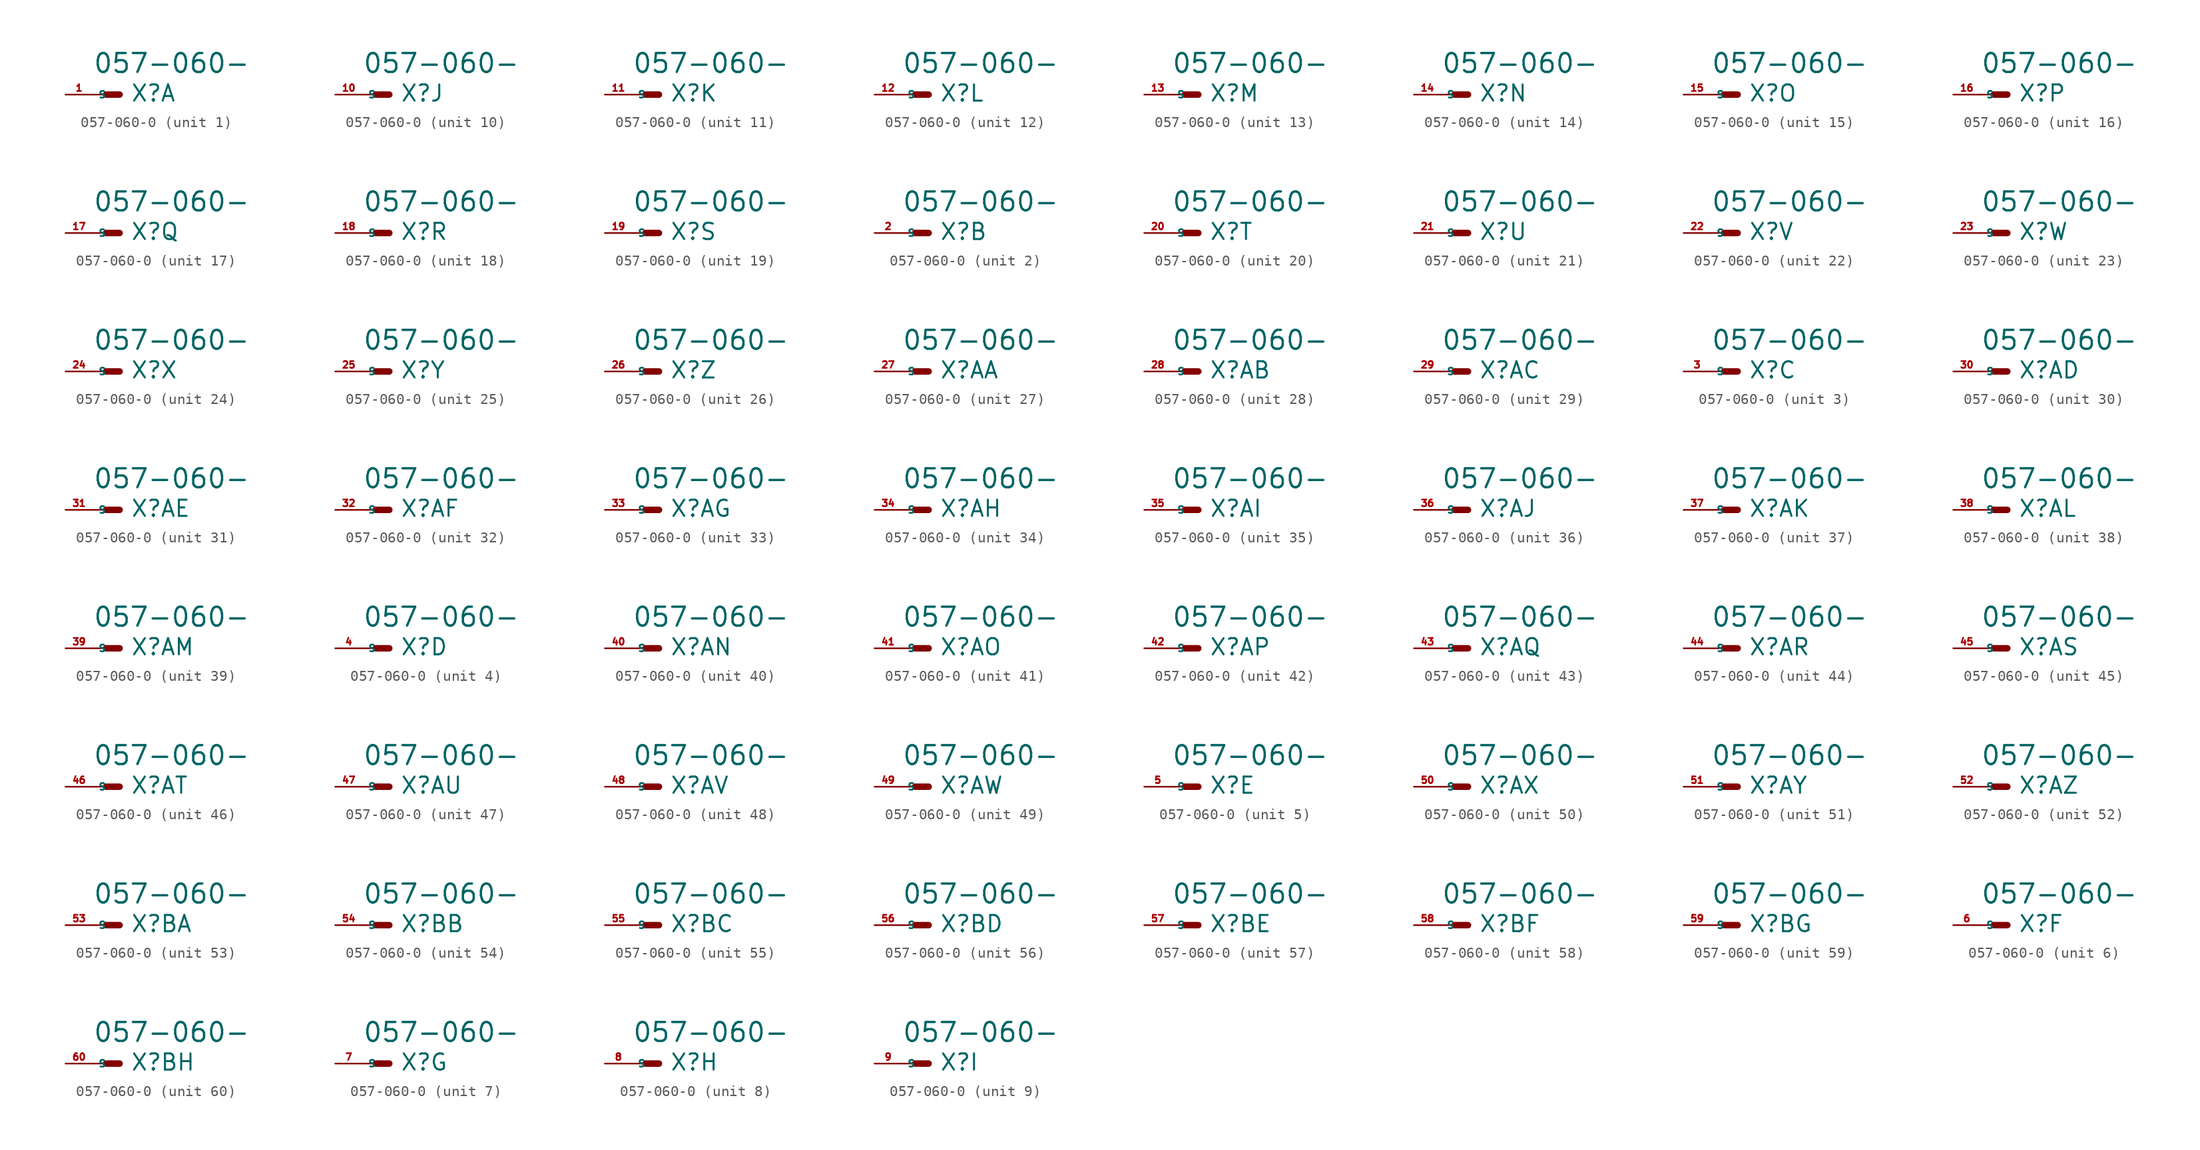
<source format=kicad_sym>
(kicad_symbol_lib
  (version 20220914)
  (generator Eagle2Kicad)
  (symbol "057-060-0"
    (property "Reference" "X"
      (at 1.016 -0.762 0)
      (effects (font (size 1.524 1.524) (thickness 0.19)) (justify left bottom)))
    (property "Value" "057-060-"
      (at -2.54 1.905 0)
      (effects (font (size 1.778 1.778) (thickness 0.22)) (justify left bottom)))
    (symbol "057-060-0_1_0"
      (polyline (pts (xy 0 0) (xy -1.27 0)) (stroke (width 0.61) (type default)) (fill (type none)))
      (polyline (pts (xy -2.54 0) (xy -1.27 0)) (stroke (width 0.152) (type default)) (fill (type none)))
      (pin passive line (at -5.08 0 0) (length 2.54) (name "S" (effects (font (size 0.635 0.635) (thickness 0.08)) (justify left bottom))) (number "1" (effects (font (size 0.635 0.635) (thickness 0.08)) (justify left bottom)))))
    (symbol "057-060-0_2_0"
      (polyline (pts (xy 0 0) (xy -1.27 0)) (stroke (width 0.61) (type default)) (fill (type none)))
      (polyline (pts (xy -2.54 0) (xy -1.27 0)) (stroke (width 0.152) (type default)) (fill (type none)))
      (pin passive line (at -5.08 0 0) (length 2.54) (name "S" (effects (font (size 0.635 0.635) (thickness 0.08)) (justify left bottom))) (number "2" (effects (font (size 0.635 0.635) (thickness 0.08)) (justify left bottom)))))
    (symbol "057-060-0_3_0"
      (polyline (pts (xy 0 0) (xy -1.27 0)) (stroke (width 0.61) (type default)) (fill (type none)))
      (polyline (pts (xy -2.54 0) (xy -1.27 0)) (stroke (width 0.152) (type default)) (fill (type none)))
      (pin passive line (at -5.08 0 0) (length 2.54) (name "S" (effects (font (size 0.635 0.635) (thickness 0.08)) (justify left bottom))) (number "3" (effects (font (size 0.635 0.635) (thickness 0.08)) (justify left bottom)))))
    (symbol "057-060-0_4_0"
      (polyline (pts (xy 0 0) (xy -1.27 0)) (stroke (width 0.61) (type default)) (fill (type none)))
      (polyline (pts (xy -2.54 0) (xy -1.27 0)) (stroke (width 0.152) (type default)) (fill (type none)))
      (pin passive line (at -5.08 0 0) (length 2.54) (name "S" (effects (font (size 0.635 0.635) (thickness 0.08)) (justify left bottom))) (number "4" (effects (font (size 0.635 0.635) (thickness 0.08)) (justify left bottom)))))
    (symbol "057-060-0_5_0"
      (polyline (pts (xy 0 0) (xy -1.27 0)) (stroke (width 0.61) (type default)) (fill (type none)))
      (polyline (pts (xy -2.54 0) (xy -1.27 0)) (stroke (width 0.152) (type default)) (fill (type none)))
      (pin passive line (at -5.08 0 0) (length 2.54) (name "S" (effects (font (size 0.635 0.635) (thickness 0.08)) (justify left bottom))) (number "5" (effects (font (size 0.635 0.635) (thickness 0.08)) (justify left bottom)))))
    (symbol "057-060-0_6_0"
      (polyline (pts (xy 0 0) (xy -1.27 0)) (stroke (width 0.61) (type default)) (fill (type none)))
      (polyline (pts (xy -2.54 0) (xy -1.27 0)) (stroke (width 0.152) (type default)) (fill (type none)))
      (pin passive line (at -5.08 0 0) (length 2.54) (name "S" (effects (font (size 0.635 0.635) (thickness 0.08)) (justify left bottom))) (number "6" (effects (font (size 0.635 0.635) (thickness 0.08)) (justify left bottom)))))
    (symbol "057-060-0_7_0"
      (polyline (pts (xy 0 0) (xy -1.27 0)) (stroke (width 0.61) (type default)) (fill (type none)))
      (polyline (pts (xy -2.54 0) (xy -1.27 0)) (stroke (width 0.152) (type default)) (fill (type none)))
      (pin passive line (at -5.08 0 0) (length 2.54) (name "S" (effects (font (size 0.635 0.635) (thickness 0.08)) (justify left bottom))) (number "7" (effects (font (size 0.635 0.635) (thickness 0.08)) (justify left bottom)))))
    (symbol "057-060-0_8_0"
      (polyline (pts (xy 0 0) (xy -1.27 0)) (stroke (width 0.61) (type default)) (fill (type none)))
      (polyline (pts (xy -2.54 0) (xy -1.27 0)) (stroke (width 0.152) (type default)) (fill (type none)))
      (pin passive line (at -5.08 0 0) (length 2.54) (name "S" (effects (font (size 0.635 0.635) (thickness 0.08)) (justify left bottom))) (number "8" (effects (font (size 0.635 0.635) (thickness 0.08)) (justify left bottom)))))
    (symbol "057-060-0_9_0"
      (polyline (pts (xy 0 0) (xy -1.27 0)) (stroke (width 0.61) (type default)) (fill (type none)))
      (polyline (pts (xy -2.54 0) (xy -1.27 0)) (stroke (width 0.152) (type default)) (fill (type none)))
      (pin passive line (at -5.08 0 0) (length 2.54) (name "S" (effects (font (size 0.635 0.635) (thickness 0.08)) (justify left bottom))) (number "9" (effects (font (size 0.635 0.635) (thickness 0.08)) (justify left bottom)))))
    (symbol "057-060-0_10_0"
      (polyline (pts (xy 0 0) (xy -1.27 0)) (stroke (width 0.61) (type default)) (fill (type none)))
      (polyline (pts (xy -2.54 0) (xy -1.27 0)) (stroke (width 0.152) (type default)) (fill (type none)))
      (pin passive line (at -5.08 0 0) (length 2.54) (name "S" (effects (font (size 0.635 0.635) (thickness 0.08)) (justify left bottom))) (number "10" (effects (font (size 0.635 0.635) (thickness 0.08)) (justify left bottom)))))
    (symbol "057-060-0_11_0"
      (polyline (pts (xy 0 0) (xy -1.27 0)) (stroke (width 0.61) (type default)) (fill (type none)))
      (polyline (pts (xy -2.54 0) (xy -1.27 0)) (stroke (width 0.152) (type default)) (fill (type none)))
      (pin passive line (at -5.08 0 0) (length 2.54) (name "S" (effects (font (size 0.635 0.635) (thickness 0.08)) (justify left bottom))) (number "11" (effects (font (size 0.635 0.635) (thickness 0.08)) (justify left bottom)))))
    (symbol "057-060-0_12_0"
      (polyline (pts (xy 0 0) (xy -1.27 0)) (stroke (width 0.61) (type default)) (fill (type none)))
      (polyline (pts (xy -2.54 0) (xy -1.27 0)) (stroke (width 0.152) (type default)) (fill (type none)))
      (pin passive line (at -5.08 0 0) (length 2.54) (name "S" (effects (font (size 0.635 0.635) (thickness 0.08)) (justify left bottom))) (number "12" (effects (font (size 0.635 0.635) (thickness 0.08)) (justify left bottom)))))
    (symbol "057-060-0_13_0"
      (polyline (pts (xy 0 0) (xy -1.27 0)) (stroke (width 0.61) (type default)) (fill (type none)))
      (polyline (pts (xy -2.54 0) (xy -1.27 0)) (stroke (width 0.152) (type default)) (fill (type none)))
      (pin passive line (at -5.08 0 0) (length 2.54) (name "S" (effects (font (size 0.635 0.635) (thickness 0.08)) (justify left bottom))) (number "13" (effects (font (size 0.635 0.635) (thickness 0.08)) (justify left bottom)))))
    (symbol "057-060-0_14_0"
      (polyline (pts (xy 0 0) (xy -1.27 0)) (stroke (width 0.61) (type default)) (fill (type none)))
      (polyline (pts (xy -2.54 0) (xy -1.27 0)) (stroke (width 0.152) (type default)) (fill (type none)))
      (pin passive line (at -5.08 0 0) (length 2.54) (name "S" (effects (font (size 0.635 0.635) (thickness 0.08)) (justify left bottom))) (number "14" (effects (font (size 0.635 0.635) (thickness 0.08)) (justify left bottom)))))
    (symbol "057-060-0_15_0"
      (polyline (pts (xy 0 0) (xy -1.27 0)) (stroke (width 0.61) (type default)) (fill (type none)))
      (polyline (pts (xy -2.54 0) (xy -1.27 0)) (stroke (width 0.152) (type default)) (fill (type none)))
      (pin passive line (at -5.08 0 0) (length 2.54) (name "S" (effects (font (size 0.635 0.635) (thickness 0.08)) (justify left bottom))) (number "15" (effects (font (size 0.635 0.635) (thickness 0.08)) (justify left bottom)))))
    (symbol "057-060-0_16_0"
      (polyline (pts (xy 0 0) (xy -1.27 0)) (stroke (width 0.61) (type default)) (fill (type none)))
      (polyline (pts (xy -2.54 0) (xy -1.27 0)) (stroke (width 0.152) (type default)) (fill (type none)))
      (pin passive line (at -5.08 0 0) (length 2.54) (name "S" (effects (font (size 0.635 0.635) (thickness 0.08)) (justify left bottom))) (number "16" (effects (font (size 0.635 0.635) (thickness 0.08)) (justify left bottom)))))
    (symbol "057-060-0_17_0"
      (polyline (pts (xy 0 0) (xy -1.27 0)) (stroke (width 0.61) (type default)) (fill (type none)))
      (polyline (pts (xy -2.54 0) (xy -1.27 0)) (stroke (width 0.152) (type default)) (fill (type none)))
      (pin passive line (at -5.08 0 0) (length 2.54) (name "S" (effects (font (size 0.635 0.635) (thickness 0.08)) (justify left bottom))) (number "17" (effects (font (size 0.635 0.635) (thickness 0.08)) (justify left bottom)))))
    (symbol "057-060-0_18_0"
      (polyline (pts (xy 0 0) (xy -1.27 0)) (stroke (width 0.61) (type default)) (fill (type none)))
      (polyline (pts (xy -2.54 0) (xy -1.27 0)) (stroke (width 0.152) (type default)) (fill (type none)))
      (pin passive line (at -5.08 0 0) (length 2.54) (name "S" (effects (font (size 0.635 0.635) (thickness 0.08)) (justify left bottom))) (number "18" (effects (font (size 0.635 0.635) (thickness 0.08)) (justify left bottom)))))
    (symbol "057-060-0_19_0"
      (polyline (pts (xy 0 0) (xy -1.27 0)) (stroke (width 0.61) (type default)) (fill (type none)))
      (polyline (pts (xy -2.54 0) (xy -1.27 0)) (stroke (width 0.152) (type default)) (fill (type none)))
      (pin passive line (at -5.08 0 0) (length 2.54) (name "S" (effects (font (size 0.635 0.635) (thickness 0.08)) (justify left bottom))) (number "19" (effects (font (size 0.635 0.635) (thickness 0.08)) (justify left bottom)))))
    (symbol "057-060-0_20_0"
      (polyline (pts (xy 0 0) (xy -1.27 0)) (stroke (width 0.61) (type default)) (fill (type none)))
      (polyline (pts (xy -2.54 0) (xy -1.27 0)) (stroke (width 0.152) (type default)) (fill (type none)))
      (pin passive line (at -5.08 0 0) (length 2.54) (name "S" (effects (font (size 0.635 0.635) (thickness 0.08)) (justify left bottom))) (number "20" (effects (font (size 0.635 0.635) (thickness 0.08)) (justify left bottom)))))
    (symbol "057-060-0_21_0"
      (polyline (pts (xy 0 0) (xy -1.27 0)) (stroke (width 0.61) (type default)) (fill (type none)))
      (polyline (pts (xy -2.54 0) (xy -1.27 0)) (stroke (width 0.152) (type default)) (fill (type none)))
      (pin passive line (at -5.08 0 0) (length 2.54) (name "S" (effects (font (size 0.635 0.635) (thickness 0.08)) (justify left bottom))) (number "21" (effects (font (size 0.635 0.635) (thickness 0.08)) (justify left bottom)))))
    (symbol "057-060-0_22_0"
      (polyline (pts (xy 0 0) (xy -1.27 0)) (stroke (width 0.61) (type default)) (fill (type none)))
      (polyline (pts (xy -2.54 0) (xy -1.27 0)) (stroke (width 0.152) (type default)) (fill (type none)))
      (pin passive line (at -5.08 0 0) (length 2.54) (name "S" (effects (font (size 0.635 0.635) (thickness 0.08)) (justify left bottom))) (number "22" (effects (font (size 0.635 0.635) (thickness 0.08)) (justify left bottom)))))
    (symbol "057-060-0_23_0"
      (polyline (pts (xy 0 0) (xy -1.27 0)) (stroke (width 0.61) (type default)) (fill (type none)))
      (polyline (pts (xy -2.54 0) (xy -1.27 0)) (stroke (width 0.152) (type default)) (fill (type none)))
      (pin passive line (at -5.08 0 0) (length 2.54) (name "S" (effects (font (size 0.635 0.635) (thickness 0.08)) (justify left bottom))) (number "23" (effects (font (size 0.635 0.635) (thickness 0.08)) (justify left bottom)))))
    (symbol "057-060-0_24_0"
      (polyline (pts (xy 0 0) (xy -1.27 0)) (stroke (width 0.61) (type default)) (fill (type none)))
      (polyline (pts (xy -2.54 0) (xy -1.27 0)) (stroke (width 0.152) (type default)) (fill (type none)))
      (pin passive line (at -5.08 0 0) (length 2.54) (name "S" (effects (font (size 0.635 0.635) (thickness 0.08)) (justify left bottom))) (number "24" (effects (font (size 0.635 0.635) (thickness 0.08)) (justify left bottom)))))
    (symbol "057-060-0_25_0"
      (polyline (pts (xy 0 0) (xy -1.27 0)) (stroke (width 0.61) (type default)) (fill (type none)))
      (polyline (pts (xy -2.54 0) (xy -1.27 0)) (stroke (width 0.152) (type default)) (fill (type none)))
      (pin passive line (at -5.08 0 0) (length 2.54) (name "S" (effects (font (size 0.635 0.635) (thickness 0.08)) (justify left bottom))) (number "25" (effects (font (size 0.635 0.635) (thickness 0.08)) (justify left bottom)))))
    (symbol "057-060-0_26_0"
      (polyline (pts (xy 0 0) (xy -1.27 0)) (stroke (width 0.61) (type default)) (fill (type none)))
      (polyline (pts (xy -2.54 0) (xy -1.27 0)) (stroke (width 0.152) (type default)) (fill (type none)))
      (pin passive line (at -5.08 0 0) (length 2.54) (name "S" (effects (font (size 0.635 0.635) (thickness 0.08)) (justify left bottom))) (number "26" (effects (font (size 0.635 0.635) (thickness 0.08)) (justify left bottom)))))
    (symbol "057-060-0_27_0"
      (polyline (pts (xy 0 0) (xy -1.27 0)) (stroke (width 0.61) (type default)) (fill (type none)))
      (polyline (pts (xy -2.54 0) (xy -1.27 0)) (stroke (width 0.152) (type default)) (fill (type none)))
      (pin passive line (at -5.08 0 0) (length 2.54) (name "S" (effects (font (size 0.635 0.635) (thickness 0.08)) (justify left bottom))) (number "27" (effects (font (size 0.635 0.635) (thickness 0.08)) (justify left bottom)))))
    (symbol "057-060-0_28_0"
      (polyline (pts (xy 0 0) (xy -1.27 0)) (stroke (width 0.61) (type default)) (fill (type none)))
      (polyline (pts (xy -2.54 0) (xy -1.27 0)) (stroke (width 0.152) (type default)) (fill (type none)))
      (pin passive line (at -5.08 0 0) (length 2.54) (name "S" (effects (font (size 0.635 0.635) (thickness 0.08)) (justify left bottom))) (number "28" (effects (font (size 0.635 0.635) (thickness 0.08)) (justify left bottom)))))
    (symbol "057-060-0_29_0"
      (polyline (pts (xy 0 0) (xy -1.27 0)) (stroke (width 0.61) (type default)) (fill (type none)))
      (polyline (pts (xy -2.54 0) (xy -1.27 0)) (stroke (width 0.152) (type default)) (fill (type none)))
      (pin passive line (at -5.08 0 0) (length 2.54) (name "S" (effects (font (size 0.635 0.635) (thickness 0.08)) (justify left bottom))) (number "29" (effects (font (size 0.635 0.635) (thickness 0.08)) (justify left bottom)))))
    (symbol "057-060-0_30_0"
      (polyline (pts (xy 0 0) (xy -1.27 0)) (stroke (width 0.61) (type default)) (fill (type none)))
      (polyline (pts (xy -2.54 0) (xy -1.27 0)) (stroke (width 0.152) (type default)) (fill (type none)))
      (pin passive line (at -5.08 0 0) (length 2.54) (name "S" (effects (font (size 0.635 0.635) (thickness 0.08)) (justify left bottom))) (number "30" (effects (font (size 0.635 0.635) (thickness 0.08)) (justify left bottom)))))
    (symbol "057-060-0_31_0"
      (polyline (pts (xy 0 0) (xy -1.27 0)) (stroke (width 0.61) (type default)) (fill (type none)))
      (polyline (pts (xy -2.54 0) (xy -1.27 0)) (stroke (width 0.152) (type default)) (fill (type none)))
      (pin passive line (at -5.08 0 0) (length 2.54) (name "S" (effects (font (size 0.635 0.635) (thickness 0.08)) (justify left bottom))) (number "31" (effects (font (size 0.635 0.635) (thickness 0.08)) (justify left bottom)))))
    (symbol "057-060-0_32_0"
      (polyline (pts (xy 0 0) (xy -1.27 0)) (stroke (width 0.61) (type default)) (fill (type none)))
      (polyline (pts (xy -2.54 0) (xy -1.27 0)) (stroke (width 0.152) (type default)) (fill (type none)))
      (pin passive line (at -5.08 0 0) (length 2.54) (name "S" (effects (font (size 0.635 0.635) (thickness 0.08)) (justify left bottom))) (number "32" (effects (font (size 0.635 0.635) (thickness 0.08)) (justify left bottom)))))
    (symbol "057-060-0_33_0"
      (polyline (pts (xy 0 0) (xy -1.27 0)) (stroke (width 0.61) (type default)) (fill (type none)))
      (polyline (pts (xy -2.54 0) (xy -1.27 0)) (stroke (width 0.152) (type default)) (fill (type none)))
      (pin passive line (at -5.08 0 0) (length 2.54) (name "S" (effects (font (size 0.635 0.635) (thickness 0.08)) (justify left bottom))) (number "33" (effects (font (size 0.635 0.635) (thickness 0.08)) (justify left bottom)))))
    (symbol "057-060-0_34_0"
      (polyline (pts (xy 0 0) (xy -1.27 0)) (stroke (width 0.61) (type default)) (fill (type none)))
      (polyline (pts (xy -2.54 0) (xy -1.27 0)) (stroke (width 0.152) (type default)) (fill (type none)))
      (pin passive line (at -5.08 0 0) (length 2.54) (name "S" (effects (font (size 0.635 0.635) (thickness 0.08)) (justify left bottom))) (number "34" (effects (font (size 0.635 0.635) (thickness 0.08)) (justify left bottom)))))
    (symbol "057-060-0_35_0"
      (polyline (pts (xy 0 0) (xy -1.27 0)) (stroke (width 0.61) (type default)) (fill (type none)))
      (polyline (pts (xy -2.54 0) (xy -1.27 0)) (stroke (width 0.152) (type default)) (fill (type none)))
      (pin passive line (at -5.08 0 0) (length 2.54) (name "S" (effects (font (size 0.635 0.635) (thickness 0.08)) (justify left bottom))) (number "35" (effects (font (size 0.635 0.635) (thickness 0.08)) (justify left bottom)))))
    (symbol "057-060-0_36_0"
      (polyline (pts (xy 0 0) (xy -1.27 0)) (stroke (width 0.61) (type default)) (fill (type none)))
      (polyline (pts (xy -2.54 0) (xy -1.27 0)) (stroke (width 0.152) (type default)) (fill (type none)))
      (pin passive line (at -5.08 0 0) (length 2.54) (name "S" (effects (font (size 0.635 0.635) (thickness 0.08)) (justify left bottom))) (number "36" (effects (font (size 0.635 0.635) (thickness 0.08)) (justify left bottom)))))
    (symbol "057-060-0_37_0"
      (polyline (pts (xy 0 0) (xy -1.27 0)) (stroke (width 0.61) (type default)) (fill (type none)))
      (polyline (pts (xy -2.54 0) (xy -1.27 0)) (stroke (width 0.152) (type default)) (fill (type none)))
      (pin passive line (at -5.08 0 0) (length 2.54) (name "S" (effects (font (size 0.635 0.635) (thickness 0.08)) (justify left bottom))) (number "37" (effects (font (size 0.635 0.635) (thickness 0.08)) (justify left bottom)))))
    (symbol "057-060-0_38_0"
      (polyline (pts (xy 0 0) (xy -1.27 0)) (stroke (width 0.61) (type default)) (fill (type none)))
      (polyline (pts (xy -2.54 0) (xy -1.27 0)) (stroke (width 0.152) (type default)) (fill (type none)))
      (pin passive line (at -5.08 0 0) (length 2.54) (name "S" (effects (font (size 0.635 0.635) (thickness 0.08)) (justify left bottom))) (number "38" (effects (font (size 0.635 0.635) (thickness 0.08)) (justify left bottom)))))
    (symbol "057-060-0_39_0"
      (polyline (pts (xy 0 0) (xy -1.27 0)) (stroke (width 0.61) (type default)) (fill (type none)))
      (polyline (pts (xy -2.54 0) (xy -1.27 0)) (stroke (width 0.152) (type default)) (fill (type none)))
      (pin passive line (at -5.08 0 0) (length 2.54) (name "S" (effects (font (size 0.635 0.635) (thickness 0.08)) (justify left bottom))) (number "39" (effects (font (size 0.635 0.635) (thickness 0.08)) (justify left bottom)))))
    (symbol "057-060-0_40_0"
      (polyline (pts (xy 0 0) (xy -1.27 0)) (stroke (width 0.61) (type default)) (fill (type none)))
      (polyline (pts (xy -2.54 0) (xy -1.27 0)) (stroke (width 0.152) (type default)) (fill (type none)))
      (pin passive line (at -5.08 0 0) (length 2.54) (name "S" (effects (font (size 0.635 0.635) (thickness 0.08)) (justify left bottom))) (number "40" (effects (font (size 0.635 0.635) (thickness 0.08)) (justify left bottom)))))
    (symbol "057-060-0_41_0"
      (polyline (pts (xy 0 0) (xy -1.27 0)) (stroke (width 0.61) (type default)) (fill (type none)))
      (polyline (pts (xy -2.54 0) (xy -1.27 0)) (stroke (width 0.152) (type default)) (fill (type none)))
      (pin passive line (at -5.08 0 0) (length 2.54) (name "S" (effects (font (size 0.635 0.635) (thickness 0.08)) (justify left bottom))) (number "41" (effects (font (size 0.635 0.635) (thickness 0.08)) (justify left bottom)))))
    (symbol "057-060-0_42_0"
      (polyline (pts (xy 0 0) (xy -1.27 0)) (stroke (width 0.61) (type default)) (fill (type none)))
      (polyline (pts (xy -2.54 0) (xy -1.27 0)) (stroke (width 0.152) (type default)) (fill (type none)))
      (pin passive line (at -5.08 0 0) (length 2.54) (name "S" (effects (font (size 0.635 0.635) (thickness 0.08)) (justify left bottom))) (number "42" (effects (font (size 0.635 0.635) (thickness 0.08)) (justify left bottom)))))
    (symbol "057-060-0_43_0"
      (polyline (pts (xy 0 0) (xy -1.27 0)) (stroke (width 0.61) (type default)) (fill (type none)))
      (polyline (pts (xy -2.54 0) (xy -1.27 0)) (stroke (width 0.152) (type default)) (fill (type none)))
      (pin passive line (at -5.08 0 0) (length 2.54) (name "S" (effects (font (size 0.635 0.635) (thickness 0.08)) (justify left bottom))) (number "43" (effects (font (size 0.635 0.635) (thickness 0.08)) (justify left bottom)))))
    (symbol "057-060-0_44_0"
      (polyline (pts (xy 0 0) (xy -1.27 0)) (stroke (width 0.61) (type default)) (fill (type none)))
      (polyline (pts (xy -2.54 0) (xy -1.27 0)) (stroke (width 0.152) (type default)) (fill (type none)))
      (pin passive line (at -5.08 0 0) (length 2.54) (name "S" (effects (font (size 0.635 0.635) (thickness 0.08)) (justify left bottom))) (number "44" (effects (font (size 0.635 0.635) (thickness 0.08)) (justify left bottom)))))
    (symbol "057-060-0_45_0"
      (polyline (pts (xy 0 0) (xy -1.27 0)) (stroke (width 0.61) (type default)) (fill (type none)))
      (polyline (pts (xy -2.54 0) (xy -1.27 0)) (stroke (width 0.152) (type default)) (fill (type none)))
      (pin passive line (at -5.08 0 0) (length 2.54) (name "S" (effects (font (size 0.635 0.635) (thickness 0.08)) (justify left bottom))) (number "45" (effects (font (size 0.635 0.635) (thickness 0.08)) (justify left bottom)))))
    (symbol "057-060-0_46_0"
      (polyline (pts (xy 0 0) (xy -1.27 0)) (stroke (width 0.61) (type default)) (fill (type none)))
      (polyline (pts (xy -2.54 0) (xy -1.27 0)) (stroke (width 0.152) (type default)) (fill (type none)))
      (pin passive line (at -5.08 0 0) (length 2.54) (name "S" (effects (font (size 0.635 0.635) (thickness 0.08)) (justify left bottom))) (number "46" (effects (font (size 0.635 0.635) (thickness 0.08)) (justify left bottom)))))
    (symbol "057-060-0_47_0"
      (polyline (pts (xy 0 0) (xy -1.27 0)) (stroke (width 0.61) (type default)) (fill (type none)))
      (polyline (pts (xy -2.54 0) (xy -1.27 0)) (stroke (width 0.152) (type default)) (fill (type none)))
      (pin passive line (at -5.08 0 0) (length 2.54) (name "S" (effects (font (size 0.635 0.635) (thickness 0.08)) (justify left bottom))) (number "47" (effects (font (size 0.635 0.635) (thickness 0.08)) (justify left bottom)))))
    (symbol "057-060-0_48_0"
      (polyline (pts (xy 0 0) (xy -1.27 0)) (stroke (width 0.61) (type default)) (fill (type none)))
      (polyline (pts (xy -2.54 0) (xy -1.27 0)) (stroke (width 0.152) (type default)) (fill (type none)))
      (pin passive line (at -5.08 0 0) (length 2.54) (name "S" (effects (font (size 0.635 0.635) (thickness 0.08)) (justify left bottom))) (number "48" (effects (font (size 0.635 0.635) (thickness 0.08)) (justify left bottom)))))
    (symbol "057-060-0_49_0"
      (polyline (pts (xy 0 0) (xy -1.27 0)) (stroke (width 0.61) (type default)) (fill (type none)))
      (polyline (pts (xy -2.54 0) (xy -1.27 0)) (stroke (width 0.152) (type default)) (fill (type none)))
      (pin passive line (at -5.08 0 0) (length 2.54) (name "S" (effects (font (size 0.635 0.635) (thickness 0.08)) (justify left bottom))) (number "49" (effects (font (size 0.635 0.635) (thickness 0.08)) (justify left bottom)))))
    (symbol "057-060-0_50_0"
      (polyline (pts (xy 0 0) (xy -1.27 0)) (stroke (width 0.61) (type default)) (fill (type none)))
      (polyline (pts (xy -2.54 0) (xy -1.27 0)) (stroke (width 0.152) (type default)) (fill (type none)))
      (pin passive line (at -5.08 0 0) (length 2.54) (name "S" (effects (font (size 0.635 0.635) (thickness 0.08)) (justify left bottom))) (number "50" (effects (font (size 0.635 0.635) (thickness 0.08)) (justify left bottom)))))
    (symbol "057-060-0_51_0"
      (polyline (pts (xy 0 0) (xy -1.27 0)) (stroke (width 0.61) (type default)) (fill (type none)))
      (polyline (pts (xy -2.54 0) (xy -1.27 0)) (stroke (width 0.152) (type default)) (fill (type none)))
      (pin passive line (at -5.08 0 0) (length 2.54) (name "S" (effects (font (size 0.635 0.635) (thickness 0.08)) (justify left bottom))) (number "51" (effects (font (size 0.635 0.635) (thickness 0.08)) (justify left bottom)))))
    (symbol "057-060-0_52_0"
      (polyline (pts (xy 0 0) (xy -1.27 0)) (stroke (width 0.61) (type default)) (fill (type none)))
      (polyline (pts (xy -2.54 0) (xy -1.27 0)) (stroke (width 0.152) (type default)) (fill (type none)))
      (pin passive line (at -5.08 0 0) (length 2.54) (name "S" (effects (font (size 0.635 0.635) (thickness 0.08)) (justify left bottom))) (number "52" (effects (font (size 0.635 0.635) (thickness 0.08)) (justify left bottom)))))
    (symbol "057-060-0_53_0"
      (polyline (pts (xy 0 0) (xy -1.27 0)) (stroke (width 0.61) (type default)) (fill (type none)))
      (polyline (pts (xy -2.54 0) (xy -1.27 0)) (stroke (width 0.152) (type default)) (fill (type none)))
      (pin passive line (at -5.08 0 0) (length 2.54) (name "S" (effects (font (size 0.635 0.635) (thickness 0.08)) (justify left bottom))) (number "53" (effects (font (size 0.635 0.635) (thickness 0.08)) (justify left bottom)))))
    (symbol "057-060-0_54_0"
      (polyline (pts (xy 0 0) (xy -1.27 0)) (stroke (width 0.61) (type default)) (fill (type none)))
      (polyline (pts (xy -2.54 0) (xy -1.27 0)) (stroke (width 0.152) (type default)) (fill (type none)))
      (pin passive line (at -5.08 0 0) (length 2.54) (name "S" (effects (font (size 0.635 0.635) (thickness 0.08)) (justify left bottom))) (number "54" (effects (font (size 0.635 0.635) (thickness 0.08)) (justify left bottom)))))
    (symbol "057-060-0_55_0"
      (polyline (pts (xy 0 0) (xy -1.27 0)) (stroke (width 0.61) (type default)) (fill (type none)))
      (polyline (pts (xy -2.54 0) (xy -1.27 0)) (stroke (width 0.152) (type default)) (fill (type none)))
      (pin passive line (at -5.08 0 0) (length 2.54) (name "S" (effects (font (size 0.635 0.635) (thickness 0.08)) (justify left bottom))) (number "55" (effects (font (size 0.635 0.635) (thickness 0.08)) (justify left bottom)))))
    (symbol "057-060-0_56_0"
      (polyline (pts (xy 0 0) (xy -1.27 0)) (stroke (width 0.61) (type default)) (fill (type none)))
      (polyline (pts (xy -2.54 0) (xy -1.27 0)) (stroke (width 0.152) (type default)) (fill (type none)))
      (pin passive line (at -5.08 0 0) (length 2.54) (name "S" (effects (font (size 0.635 0.635) (thickness 0.08)) (justify left bottom))) (number "56" (effects (font (size 0.635 0.635) (thickness 0.08)) (justify left bottom)))))
    (symbol "057-060-0_57_0"
      (polyline (pts (xy 0 0) (xy -1.27 0)) (stroke (width 0.61) (type default)) (fill (type none)))
      (polyline (pts (xy -2.54 0) (xy -1.27 0)) (stroke (width 0.152) (type default)) (fill (type none)))
      (pin passive line (at -5.08 0 0) (length 2.54) (name "S" (effects (font (size 0.635 0.635) (thickness 0.08)) (justify left bottom))) (number "57" (effects (font (size 0.635 0.635) (thickness 0.08)) (justify left bottom)))))
    (symbol "057-060-0_58_0"
      (polyline (pts (xy 0 0) (xy -1.27 0)) (stroke (width 0.61) (type default)) (fill (type none)))
      (polyline (pts (xy -2.54 0) (xy -1.27 0)) (stroke (width 0.152) (type default)) (fill (type none)))
      (pin passive line (at -5.08 0 0) (length 2.54) (name "S" (effects (font (size 0.635 0.635) (thickness 0.08)) (justify left bottom))) (number "58" (effects (font (size 0.635 0.635) (thickness 0.08)) (justify left bottom)))))
    (symbol "057-060-0_59_0"
      (polyline (pts (xy 0 0) (xy -1.27 0)) (stroke (width 0.61) (type default)) (fill (type none)))
      (polyline (pts (xy -2.54 0) (xy -1.27 0)) (stroke (width 0.152) (type default)) (fill (type none)))
      (pin passive line (at -5.08 0 0) (length 2.54) (name "S" (effects (font (size 0.635 0.635) (thickness 0.08)) (justify left bottom))) (number "59" (effects (font (size 0.635 0.635) (thickness 0.08)) (justify left bottom)))))
    (symbol "057-060-0_60_0"
      (polyline (pts (xy 0 0) (xy -1.27 0)) (stroke (width 0.61) (type default)) (fill (type none)))
      (polyline (pts (xy -2.54 0) (xy -1.27 0)) (stroke (width 0.152) (type default)) (fill (type none)))
      (pin passive line (at -5.08 0 0) (length 2.54) (name "S" (effects (font (size 0.635 0.635) (thickness 0.08)) (justify left bottom))) (number "60" (effects (font (size 0.635 0.635) (thickness 0.08)) (justify left bottom)))))))
</source>
